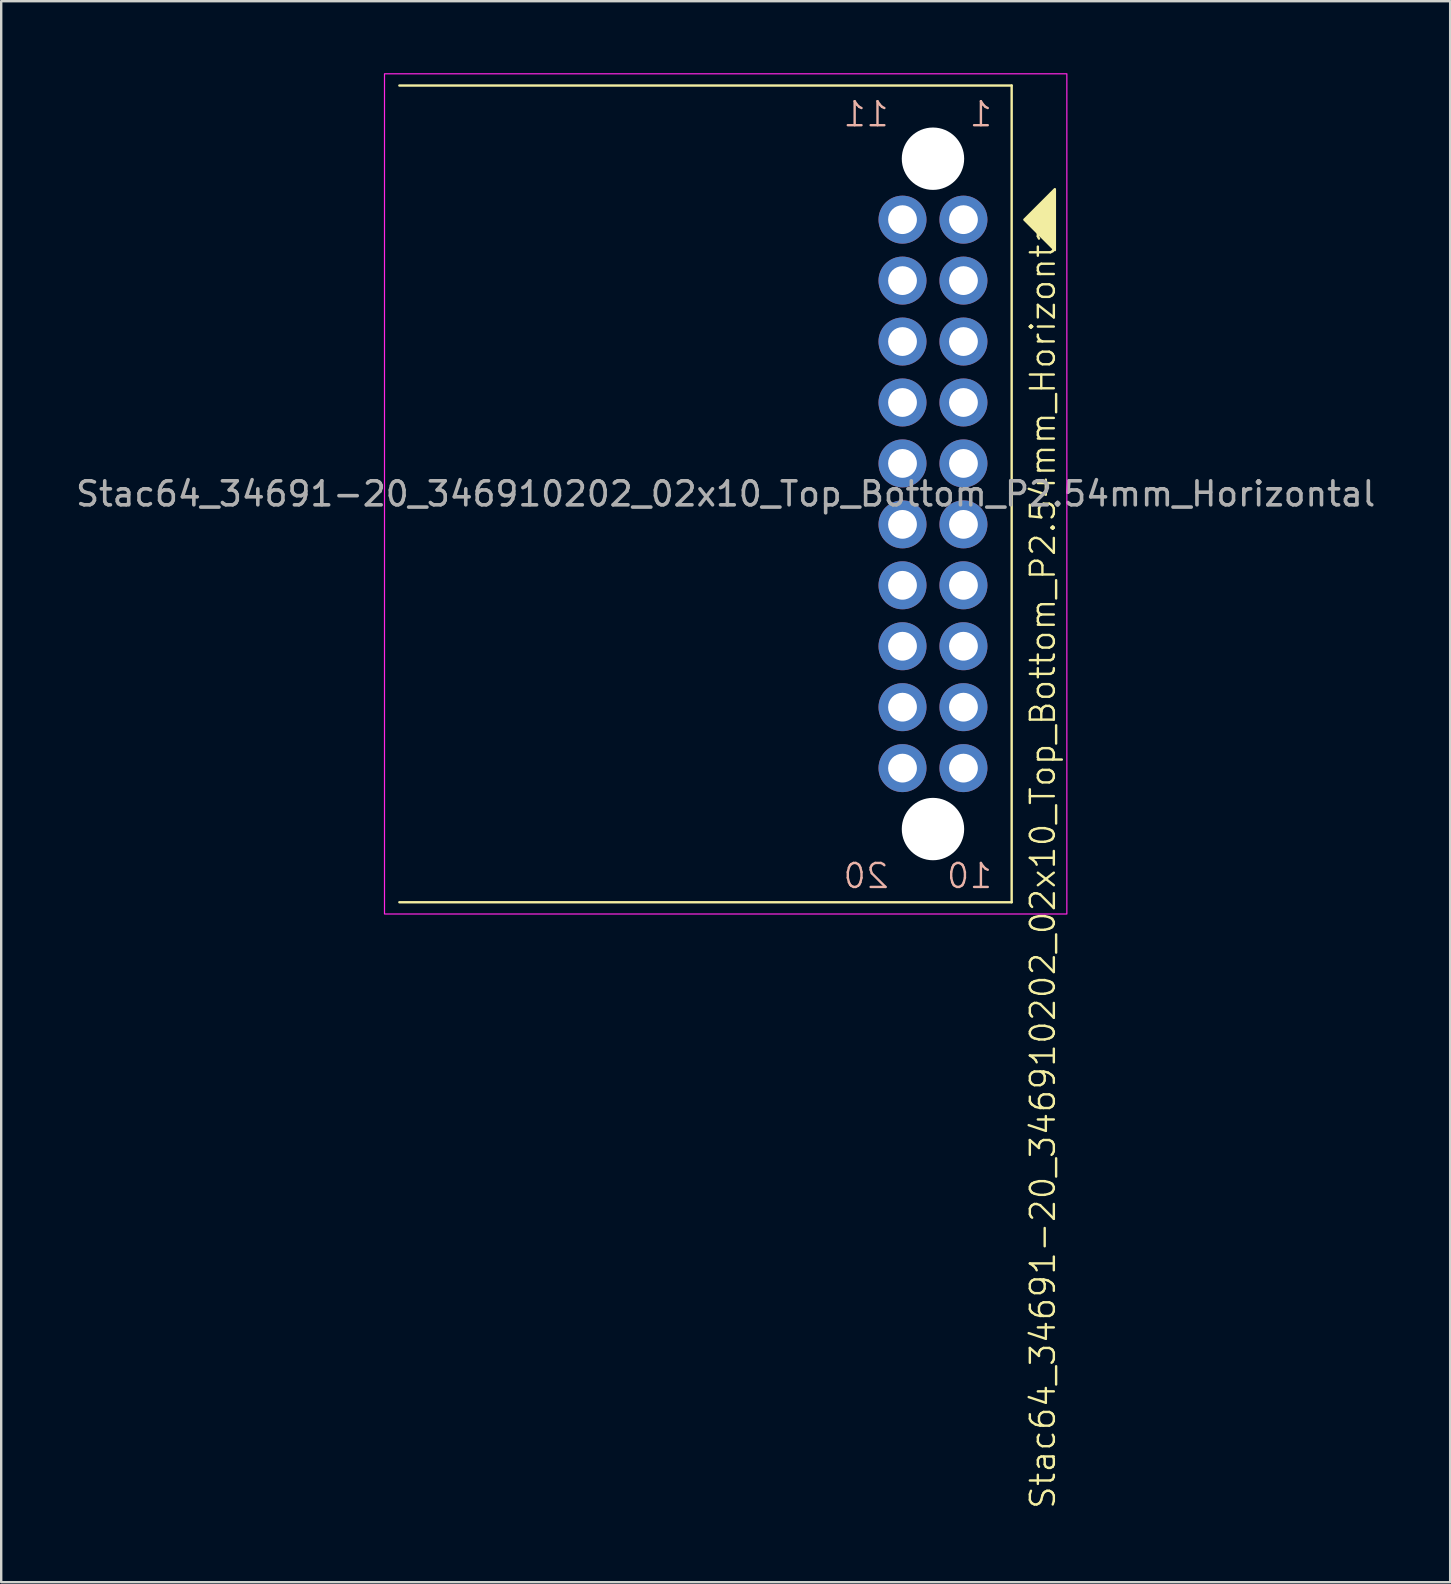
<source format=kicad_pcb>
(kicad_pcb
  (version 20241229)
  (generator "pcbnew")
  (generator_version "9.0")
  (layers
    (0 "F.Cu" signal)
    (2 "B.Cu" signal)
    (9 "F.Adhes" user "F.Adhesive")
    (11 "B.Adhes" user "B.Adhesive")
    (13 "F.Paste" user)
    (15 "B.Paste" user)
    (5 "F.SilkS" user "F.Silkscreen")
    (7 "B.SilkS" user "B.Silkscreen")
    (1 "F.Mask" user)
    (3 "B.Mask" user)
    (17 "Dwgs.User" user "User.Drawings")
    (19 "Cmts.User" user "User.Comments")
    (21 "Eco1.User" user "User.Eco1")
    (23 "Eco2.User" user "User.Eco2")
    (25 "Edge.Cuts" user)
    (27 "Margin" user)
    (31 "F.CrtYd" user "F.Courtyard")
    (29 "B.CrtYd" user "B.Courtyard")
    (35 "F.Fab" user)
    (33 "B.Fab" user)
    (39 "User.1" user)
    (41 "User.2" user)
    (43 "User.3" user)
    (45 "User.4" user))
  (footprint "Stac64_34691-20_346910202_02x10_Top_Bottom_P2.54mm_Horizontal"
    (layer "F.Cu")
    (at 37.106 6.105)
    (property "Reference" "Stac64_34691-20_346910202_02x10_Top_Bottom_P2.54mm_Horizontal" (at 3.31 26.67 90) (unlocked yes) (layer "F.SilkS") (effects (font (size 1 1) (thickness 0.1))))
    (attr through_hole)
    (fp_line (start -23.51 -5.59) (end 2.01 -5.59) (stroke (width 0.1) (type default)) (layer "F.SilkS"))
    (fp_line (start 2.01 -5.59) (end 2.01 28.45) (stroke (width 0.1) (type default)) (layer "F.SilkS"))
    (fp_line (start 2.01 28.45) (end -23.51 28.45) (stroke (width 0.1) (type default)) (layer "F.SilkS"))
    (fp_poly (pts (xy 3.81 -1.27) (xy 2.54 0) (xy 3.81 1.27)) (stroke (width 0.1) (type solid)) (fill yes) (layer "F.SilkS"))
    (fp_rect (start -24.13 -6.08) (end 4.31 28.94) (stroke (width 0.05) (type default)) (fill no) (layer "F.CrtYd"))
    (fp_text user "1" (at 1.27 -3.81 0) (unlocked yes) (layer "B.SilkS") (effects (font (size 1 1) (thickness 0.1)) (justify left bottom mirror)))
    (fp_text user "11" (at -3.04 -3.81 0) (unlocked yes) (layer "B.SilkS") (effects (font (size 1 1) (thickness 0.1)) (justify left bottom mirror)))
    (fp_text user "20" (at -3.04 27.94 0) (unlocked yes) (layer "B.SilkS") (effects (font (size 1 1) (thickness 0.1)) (justify left bottom mirror)))
    (fp_text user "10" (at 1.27 27.94 0) (unlocked yes) (layer "B.SilkS") (effects (font (size 1 1) (thickness 0.1)) (justify left bottom mirror)))
    (fp_text user "${REFERENCE}" (at -9.91 11.43 0) (unlocked yes) (layer "F.Fab") (effects (font (size 1 1) (thickness 0.15))))
    (pad "" np_thru_hole circle (at -1.27 -2.54) (size 2.6 2.6) (drill 2.6) (layers "*.Cu" "*.Mask"))
    (pad "" np_thru_hole circle (at -1.27 25.4) (size 2.6 2.6) (drill 2.6) (layers "*.Cu" "*.Mask"))
    (pad "1" thru_hole circle (at 0 0) (size 2 2) (drill 1.2) (layers "*.Cu" "*.Mask"))
    (pad "2" thru_hole circle (at 0 2.54) (size 2 2) (drill 1.2) (layers "*.Cu" "*.Mask"))
    (pad "3" thru_hole circle (at 0 5.08) (size 2 2) (drill 1.2) (layers "*.Cu" "*.Mask"))
    (pad "4" thru_hole circle (at 0 7.62) (size 2 2) (drill 1.2) (layers "*.Cu" "*.Mask"))
    (pad "5" thru_hole circle (at 0 10.16) (size 2 2) (drill 1.2) (layers "*.Cu" "*.Mask"))
    (pad "6" thru_hole circle (at 0 12.7) (size 2 2) (drill 1.2) (layers "*.Cu" "*.Mask"))
    (pad "7" thru_hole circle (at 0 15.24) (size 2 2) (drill 1.2) (layers "*.Cu" "*.Mask"))
    (pad "8" thru_hole circle (at 0 17.78) (size 2 2) (drill 1.2) (layers "*.Cu" "*.Mask"))
    (pad "9" thru_hole circle (at 0 20.32) (size 2 2) (drill 1.2) (layers "*.Cu" "*.Mask"))
    (pad "10" thru_hole circle (at 0 22.86) (size 2 2) (drill 1.2) (layers "*.Cu" "*.Mask"))
    (pad "11" thru_hole circle (at -2.54 0) (size 2 2) (drill 1.2) (layers "*.Cu" "*.Mask"))
    (pad "12" thru_hole circle (at -2.54 2.54) (size 2 2) (drill 1.2) (layers "*.Cu" "*.Mask"))
    (pad "13" thru_hole circle (at -2.54 5.08) (size 2 2) (drill 1.2) (layers "*.Cu" "*.Mask"))
    (pad "14" thru_hole circle (at -2.54 7.62) (size 2 2) (drill 1.2) (layers "*.Cu" "*.Mask"))
    (pad "15" thru_hole circle (at -2.54 10.16) (size 2 2) (drill 1.2) (layers "*.Cu" "*.Mask"))
    (pad "16" thru_hole circle (at -2.54 12.7) (size 2 2) (drill 1.2) (layers "*.Cu" "*.Mask"))
    (pad "17" thru_hole circle (at -2.54 15.24) (size 2 2) (drill 1.2) (layers "*.Cu" "*.Mask"))
    (pad "18" thru_hole circle (at -2.54 17.78) (size 2 2) (drill 1.2) (layers "*.Cu" "*.Mask"))
    (pad "19" thru_hole circle (at -2.54 20.32) (size 2 2) (drill 1.2) (layers "*.Cu" "*.Mask"))
    (pad "20" thru_hole circle (at -2.54 22.86) (size 2 2) (drill 1.2) (layers "*.Cu" "*.Mask")))
  (gr_rect
    (start -3 -3)
    (end 57.393 62.896)
    (stroke (width 0.1) (type default))
    (fill no)
    (layer "Edge.Cuts")))
</source>
